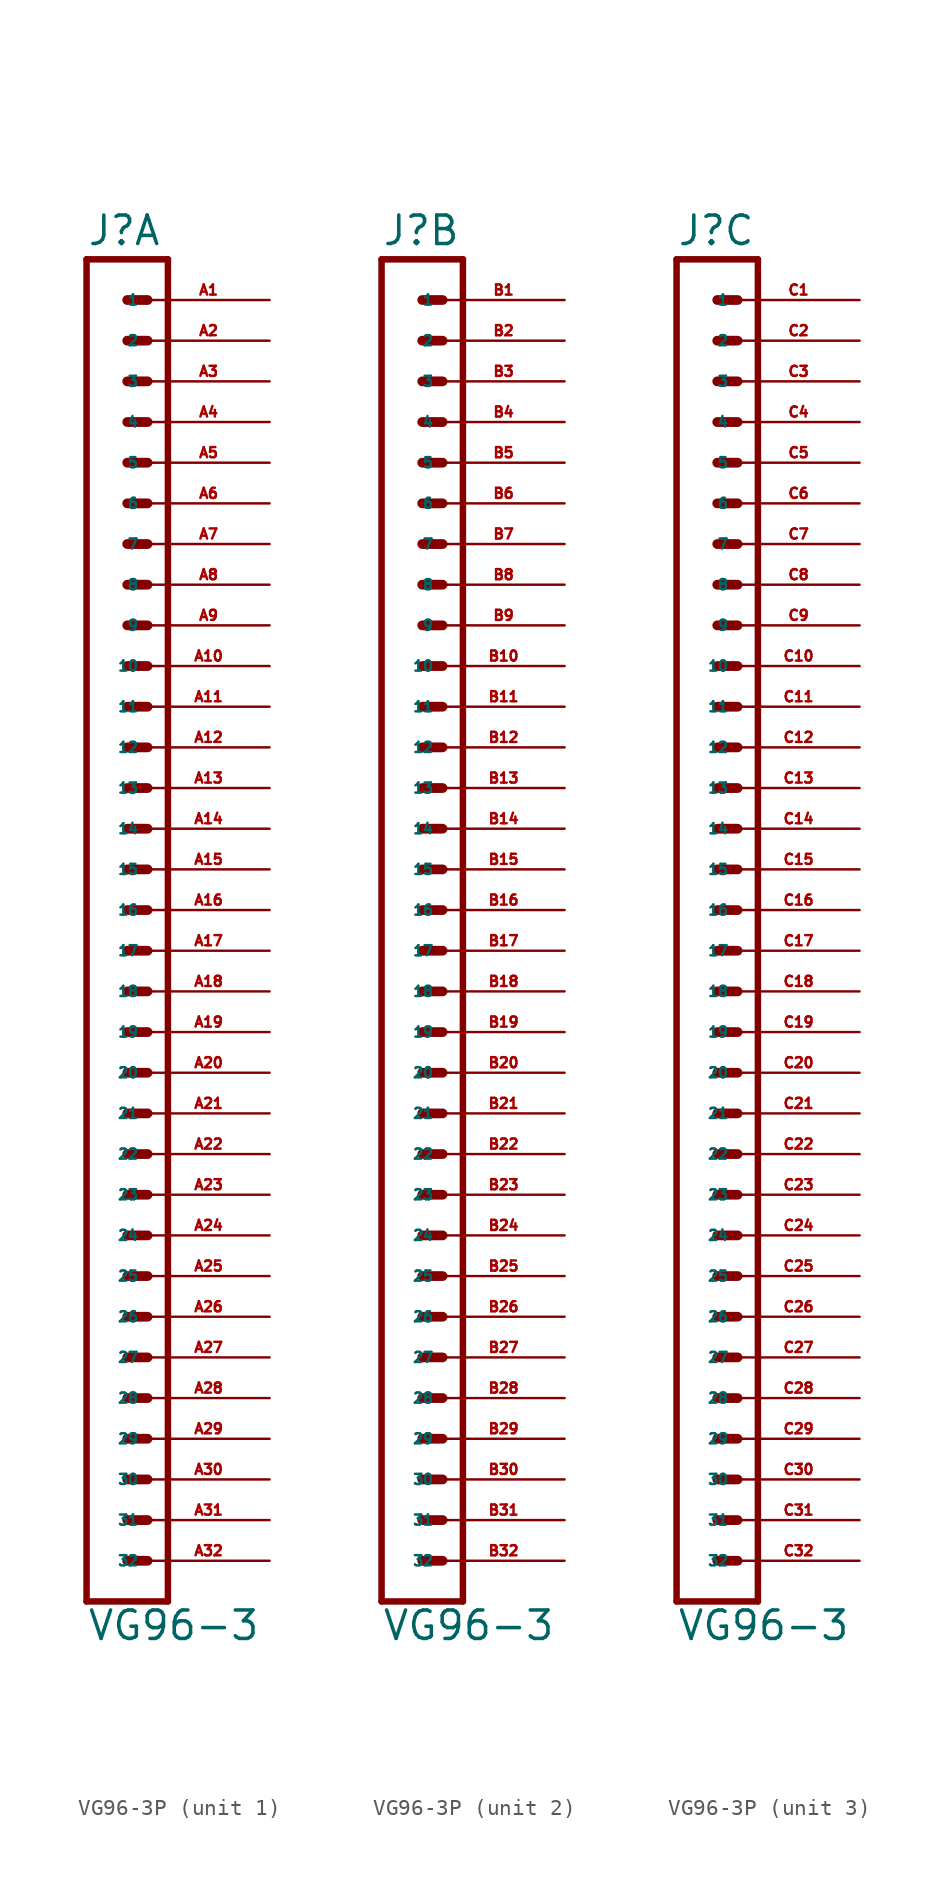
<source format=kicad_sym>
(kicad_symbol_lib
  (version 20220914)
  (generator Eagle2Kicad)
  (symbol "VG96-3P"
    (property "Reference" "J"
      (at -1.27 41.402 0)
      (effects (font (size 1.778 1.778) (thickness 0.22)) (justify left bottom)))
    (property "Value" "VG96-3"
      (at -1.27 -45.72 0)
      (effects (font (size 1.778 1.778) (thickness 0.22)) (justify left bottom)))
    (symbol "VG96-3P_1_0"
      (polyline (pts (xy 3.81 -43.18) (xy -1.27 -43.18)) (stroke (width 0.406) (type default)) (fill (type none)))
      (polyline (pts (xy -1.27 40.64) (xy -1.27 -43.18)) (stroke (width 0.406) (type default)) (fill (type none)))
      (polyline (pts (xy -1.27 40.64) (xy 3.81 40.64)) (stroke (width 0.406) (type default)) (fill (type none)))
      (polyline (pts (xy 3.81 -43.18) (xy 3.81 40.64)) (stroke (width 0.406) (type default)) (fill (type none)))
      (polyline (pts (xy 1.27 -40.64) (xy 2.54 -40.64)) (stroke (width 0.61) (type default)) (fill (type none)))
      (polyline (pts (xy 1.27 -38.1) (xy 2.54 -38.1)) (stroke (width 0.61) (type default)) (fill (type none)))
      (polyline (pts (xy 1.27 -35.56) (xy 2.54 -35.56)) (stroke (width 0.61) (type default)) (fill (type none)))
      (polyline (pts (xy 1.27 -33.02) (xy 2.54 -33.02)) (stroke (width 0.61) (type default)) (fill (type none)))
      (polyline (pts (xy 1.27 -30.48) (xy 2.54 -30.48)) (stroke (width 0.61) (type default)) (fill (type none)))
      (polyline (pts (xy 1.27 -27.94) (xy 2.54 -27.94)) (stroke (width 0.61) (type default)) (fill (type none)))
      (polyline (pts (xy 1.27 -25.4) (xy 2.54 -25.4)) (stroke (width 0.61) (type default)) (fill (type none)))
      (polyline (pts (xy 1.27 -22.86) (xy 2.54 -22.86)) (stroke (width 0.61) (type default)) (fill (type none)))
      (polyline (pts (xy 1.27 -20.32) (xy 2.54 -20.32)) (stroke (width 0.61) (type default)) (fill (type none)))
      (polyline (pts (xy 1.27 -17.78) (xy 2.54 -17.78)) (stroke (width 0.61) (type default)) (fill (type none)))
      (polyline (pts (xy 1.27 -15.24) (xy 2.54 -15.24)) (stroke (width 0.61) (type default)) (fill (type none)))
      (polyline (pts (xy 1.27 -12.7) (xy 2.54 -12.7)) (stroke (width 0.61) (type default)) (fill (type none)))
      (polyline (pts (xy 1.27 -10.16) (xy 2.54 -10.16)) (stroke (width 0.61) (type default)) (fill (type none)))
      (polyline (pts (xy 1.27 -7.62) (xy 2.54 -7.62)) (stroke (width 0.61) (type default)) (fill (type none)))
      (polyline (pts (xy 1.27 -5.08) (xy 2.54 -5.08)) (stroke (width 0.61) (type default)) (fill (type none)))
      (polyline (pts (xy 1.27 -2.54) (xy 2.54 -2.54)) (stroke (width 0.61) (type default)) (fill (type none)))
      (polyline (pts (xy 1.27 0) (xy 2.54 0)) (stroke (width 0.61) (type default)) (fill (type none)))
      (polyline (pts (xy 1.27 2.54) (xy 2.54 2.54)) (stroke (width 0.61) (type default)) (fill (type none)))
      (polyline (pts (xy 1.27 5.08) (xy 2.54 5.08)) (stroke (width 0.61) (type default)) (fill (type none)))
      (polyline (pts (xy 1.27 7.62) (xy 2.54 7.62)) (stroke (width 0.61) (type default)) (fill (type none)))
      (polyline (pts (xy 1.27 10.16) (xy 2.54 10.16)) (stroke (width 0.61) (type default)) (fill (type none)))
      (polyline (pts (xy 1.27 12.7) (xy 2.54 12.7)) (stroke (width 0.61) (type default)) (fill (type none)))
      (polyline (pts (xy 1.27 15.24) (xy 2.54 15.24)) (stroke (width 0.61) (type default)) (fill (type none)))
      (polyline (pts (xy 1.27 17.78) (xy 2.54 17.78)) (stroke (width 0.61) (type default)) (fill (type none)))
      (polyline (pts (xy 1.27 20.32) (xy 2.54 20.32)) (stroke (width 0.61) (type default)) (fill (type none)))
      (polyline (pts (xy 1.27 22.86) (xy 2.54 22.86)) (stroke (width 0.61) (type default)) (fill (type none)))
      (polyline (pts (xy 1.27 25.4) (xy 2.54 25.4)) (stroke (width 0.61) (type default)) (fill (type none)))
      (polyline (pts (xy 1.27 27.94) (xy 2.54 27.94)) (stroke (width 0.61) (type default)) (fill (type none)))
      (polyline (pts (xy 1.27 30.48) (xy 2.54 30.48)) (stroke (width 0.61) (type default)) (fill (type none)))
      (polyline (pts (xy 1.27 33.02) (xy 2.54 33.02)) (stroke (width 0.61) (type default)) (fill (type none)))
      (polyline (pts (xy 1.27 35.56) (xy 2.54 35.56)) (stroke (width 0.61) (type default)) (fill (type none)))
      (polyline (pts (xy 1.27 38.1) (xy 2.54 38.1)) (stroke (width 0.61) (type default)) (fill (type none)))
      (pin passive line (at 10.16 38.1 180) (length 7.62) (name "1" (effects (font (size 0.635 0.635) (thickness 0.08)) (justify left bottom))) (number "A1" (effects (font (size 0.635 0.635) (thickness 0.08)) (justify left bottom))))
      (pin passive line (at 10.16 35.56 180) (length 7.62) (name "2" (effects (font (size 0.635 0.635) (thickness 0.08)) (justify left bottom))) (number "A2" (effects (font (size 0.635 0.635) (thickness 0.08)) (justify left bottom))))
      (pin passive line (at 10.16 33.02 180) (length 7.62) (name "3" (effects (font (size 0.635 0.635) (thickness 0.08)) (justify left bottom))) (number "A3" (effects (font (size 0.635 0.635) (thickness 0.08)) (justify left bottom))))
      (pin passive line (at 10.16 30.48 180) (length 7.62) (name "4" (effects (font (size 0.635 0.635) (thickness 0.08)) (justify left bottom))) (number "A4" (effects (font (size 0.635 0.635) (thickness 0.08)) (justify left bottom))))
      (pin passive line (at 10.16 27.94 180) (length 7.62) (name "5" (effects (font (size 0.635 0.635) (thickness 0.08)) (justify left bottom))) (number "A5" (effects (font (size 0.635 0.635) (thickness 0.08)) (justify left bottom))))
      (pin passive line (at 10.16 25.4 180) (length 7.62) (name "6" (effects (font (size 0.635 0.635) (thickness 0.08)) (justify left bottom))) (number "A6" (effects (font (size 0.635 0.635) (thickness 0.08)) (justify left bottom))))
      (pin passive line (at 10.16 22.86 180) (length 7.62) (name "7" (effects (font (size 0.635 0.635) (thickness 0.08)) (justify left bottom))) (number "A7" (effects (font (size 0.635 0.635) (thickness 0.08)) (justify left bottom))))
      (pin passive line (at 10.16 20.32 180) (length 7.62) (name "8" (effects (font (size 0.635 0.635) (thickness 0.08)) (justify left bottom))) (number "A8" (effects (font (size 0.635 0.635) (thickness 0.08)) (justify left bottom))))
      (pin passive line (at 10.16 17.78 180) (length 7.62) (name "9" (effects (font (size 0.635 0.635) (thickness 0.08)) (justify left bottom))) (number "A9" (effects (font (size 0.635 0.635) (thickness 0.08)) (justify left bottom))))
      (pin passive line (at 10.16 15.24 180) (length 7.62) (name "10" (effects (font (size 0.635 0.635) (thickness 0.08)) (justify left bottom))) (number "A10" (effects (font (size 0.635 0.635) (thickness 0.08)) (justify left bottom))))
      (pin passive line (at 10.16 12.7 180) (length 7.62) (name "11" (effects (font (size 0.635 0.635) (thickness 0.08)) (justify left bottom))) (number "A11" (effects (font (size 0.635 0.635) (thickness 0.08)) (justify left bottom))))
      (pin passive line (at 10.16 10.16 180) (length 7.62) (name "12" (effects (font (size 0.635 0.635) (thickness 0.08)) (justify left bottom))) (number "A12" (effects (font (size 0.635 0.635) (thickness 0.08)) (justify left bottom))))
      (pin passive line (at 10.16 7.62 180) (length 7.62) (name "13" (effects (font (size 0.635 0.635) (thickness 0.08)) (justify left bottom))) (number "A13" (effects (font (size 0.635 0.635) (thickness 0.08)) (justify left bottom))))
      (pin passive line (at 10.16 5.08 180) (length 7.62) (name "14" (effects (font (size 0.635 0.635) (thickness 0.08)) (justify left bottom))) (number "A14" (effects (font (size 0.635 0.635) (thickness 0.08)) (justify left bottom))))
      (pin passive line (at 10.16 2.54 180) (length 7.62) (name "15" (effects (font (size 0.635 0.635) (thickness 0.08)) (justify left bottom))) (number "A15" (effects (font (size 0.635 0.635) (thickness 0.08)) (justify left bottom))))
      (pin passive line (at 10.16 0 180) (length 7.62) (name "16" (effects (font (size 0.635 0.635) (thickness 0.08)) (justify left bottom))) (number "A16" (effects (font (size 0.635 0.635) (thickness 0.08)) (justify left bottom))))
      (pin passive line (at 10.16 -2.54 180) (length 7.62) (name "17" (effects (font (size 0.635 0.635) (thickness 0.08)) (justify left bottom))) (number "A17" (effects (font (size 0.635 0.635) (thickness 0.08)) (justify left bottom))))
      (pin passive line (at 10.16 -5.08 180) (length 7.62) (name "18" (effects (font (size 0.635 0.635) (thickness 0.08)) (justify left bottom))) (number "A18" (effects (font (size 0.635 0.635) (thickness 0.08)) (justify left bottom))))
      (pin passive line (at 10.16 -7.62 180) (length 7.62) (name "19" (effects (font (size 0.635 0.635) (thickness 0.08)) (justify left bottom))) (number "A19" (effects (font (size 0.635 0.635) (thickness 0.08)) (justify left bottom))))
      (pin passive line (at 10.16 -10.16 180) (length 7.62) (name "20" (effects (font (size 0.635 0.635) (thickness 0.08)) (justify left bottom))) (number "A20" (effects (font (size 0.635 0.635) (thickness 0.08)) (justify left bottom))))
      (pin passive line (at 10.16 -12.7 180) (length 7.62) (name "21" (effects (font (size 0.635 0.635) (thickness 0.08)) (justify left bottom))) (number "A21" (effects (font (size 0.635 0.635) (thickness 0.08)) (justify left bottom))))
      (pin passive line (at 10.16 -15.24 180) (length 7.62) (name "22" (effects (font (size 0.635 0.635) (thickness 0.08)) (justify left bottom))) (number "A22" (effects (font (size 0.635 0.635) (thickness 0.08)) (justify left bottom))))
      (pin passive line (at 10.16 -17.78 180) (length 7.62) (name "23" (effects (font (size 0.635 0.635) (thickness 0.08)) (justify left bottom))) (number "A23" (effects (font (size 0.635 0.635) (thickness 0.08)) (justify left bottom))))
      (pin passive line (at 10.16 -20.32 180) (length 7.62) (name "24" (effects (font (size 0.635 0.635) (thickness 0.08)) (justify left bottom))) (number "A24" (effects (font (size 0.635 0.635) (thickness 0.08)) (justify left bottom))))
      (pin passive line (at 10.16 -22.86 180) (length 7.62) (name "25" (effects (font (size 0.635 0.635) (thickness 0.08)) (justify left bottom))) (number "A25" (effects (font (size 0.635 0.635) (thickness 0.08)) (justify left bottom))))
      (pin passive line (at 10.16 -25.4 180) (length 7.62) (name "26" (effects (font (size 0.635 0.635) (thickness 0.08)) (justify left bottom))) (number "A26" (effects (font (size 0.635 0.635) (thickness 0.08)) (justify left bottom))))
      (pin passive line (at 10.16 -27.94 180) (length 7.62) (name "27" (effects (font (size 0.635 0.635) (thickness 0.08)) (justify left bottom))) (number "A27" (effects (font (size 0.635 0.635) (thickness 0.08)) (justify left bottom))))
      (pin passive line (at 10.16 -30.48 180) (length 7.62) (name "28" (effects (font (size 0.635 0.635) (thickness 0.08)) (justify left bottom))) (number "A28" (effects (font (size 0.635 0.635) (thickness 0.08)) (justify left bottom))))
      (pin passive line (at 10.16 -33.02 180) (length 7.62) (name "29" (effects (font (size 0.635 0.635) (thickness 0.08)) (justify left bottom))) (number "A29" (effects (font (size 0.635 0.635) (thickness 0.08)) (justify left bottom))))
      (pin passive line (at 10.16 -35.56 180) (length 7.62) (name "30" (effects (font (size 0.635 0.635) (thickness 0.08)) (justify left bottom))) (number "A30" (effects (font (size 0.635 0.635) (thickness 0.08)) (justify left bottom))))
      (pin passive line (at 10.16 -38.1 180) (length 7.62) (name "31" (effects (font (size 0.635 0.635) (thickness 0.08)) (justify left bottom))) (number "A31" (effects (font (size 0.635 0.635) (thickness 0.08)) (justify left bottom))))
      (pin passive line (at 10.16 -40.64 180) (length 7.62) (name "32" (effects (font (size 0.635 0.635) (thickness 0.08)) (justify left bottom))) (number "A32" (effects (font (size 0.635 0.635) (thickness 0.08)) (justify left bottom)))))
    (symbol "VG96-3P_2_0"
      (polyline (pts (xy 3.81 -43.18) (xy -1.27 -43.18)) (stroke (width 0.406) (type default)) (fill (type none)))
      (polyline (pts (xy -1.27 40.64) (xy -1.27 -43.18)) (stroke (width 0.406) (type default)) (fill (type none)))
      (polyline (pts (xy -1.27 40.64) (xy 3.81 40.64)) (stroke (width 0.406) (type default)) (fill (type none)))
      (polyline (pts (xy 3.81 -43.18) (xy 3.81 40.64)) (stroke (width 0.406) (type default)) (fill (type none)))
      (polyline (pts (xy 1.27 -40.64) (xy 2.54 -40.64)) (stroke (width 0.61) (type default)) (fill (type none)))
      (polyline (pts (xy 1.27 -38.1) (xy 2.54 -38.1)) (stroke (width 0.61) (type default)) (fill (type none)))
      (polyline (pts (xy 1.27 -35.56) (xy 2.54 -35.56)) (stroke (width 0.61) (type default)) (fill (type none)))
      (polyline (pts (xy 1.27 -33.02) (xy 2.54 -33.02)) (stroke (width 0.61) (type default)) (fill (type none)))
      (polyline (pts (xy 1.27 -30.48) (xy 2.54 -30.48)) (stroke (width 0.61) (type default)) (fill (type none)))
      (polyline (pts (xy 1.27 -27.94) (xy 2.54 -27.94)) (stroke (width 0.61) (type default)) (fill (type none)))
      (polyline (pts (xy 1.27 -25.4) (xy 2.54 -25.4)) (stroke (width 0.61) (type default)) (fill (type none)))
      (polyline (pts (xy 1.27 -22.86) (xy 2.54 -22.86)) (stroke (width 0.61) (type default)) (fill (type none)))
      (polyline (pts (xy 1.27 -20.32) (xy 2.54 -20.32)) (stroke (width 0.61) (type default)) (fill (type none)))
      (polyline (pts (xy 1.27 -17.78) (xy 2.54 -17.78)) (stroke (width 0.61) (type default)) (fill (type none)))
      (polyline (pts (xy 1.27 -15.24) (xy 2.54 -15.24)) (stroke (width 0.61) (type default)) (fill (type none)))
      (polyline (pts (xy 1.27 -12.7) (xy 2.54 -12.7)) (stroke (width 0.61) (type default)) (fill (type none)))
      (polyline (pts (xy 1.27 -10.16) (xy 2.54 -10.16)) (stroke (width 0.61) (type default)) (fill (type none)))
      (polyline (pts (xy 1.27 -7.62) (xy 2.54 -7.62)) (stroke (width 0.61) (type default)) (fill (type none)))
      (polyline (pts (xy 1.27 -5.08) (xy 2.54 -5.08)) (stroke (width 0.61) (type default)) (fill (type none)))
      (polyline (pts (xy 1.27 -2.54) (xy 2.54 -2.54)) (stroke (width 0.61) (type default)) (fill (type none)))
      (polyline (pts (xy 1.27 0) (xy 2.54 0)) (stroke (width 0.61) (type default)) (fill (type none)))
      (polyline (pts (xy 1.27 2.54) (xy 2.54 2.54)) (stroke (width 0.61) (type default)) (fill (type none)))
      (polyline (pts (xy 1.27 5.08) (xy 2.54 5.08)) (stroke (width 0.61) (type default)) (fill (type none)))
      (polyline (pts (xy 1.27 7.62) (xy 2.54 7.62)) (stroke (width 0.61) (type default)) (fill (type none)))
      (polyline (pts (xy 1.27 10.16) (xy 2.54 10.16)) (stroke (width 0.61) (type default)) (fill (type none)))
      (polyline (pts (xy 1.27 12.7) (xy 2.54 12.7)) (stroke (width 0.61) (type default)) (fill (type none)))
      (polyline (pts (xy 1.27 15.24) (xy 2.54 15.24)) (stroke (width 0.61) (type default)) (fill (type none)))
      (polyline (pts (xy 1.27 17.78) (xy 2.54 17.78)) (stroke (width 0.61) (type default)) (fill (type none)))
      (polyline (pts (xy 1.27 20.32) (xy 2.54 20.32)) (stroke (width 0.61) (type default)) (fill (type none)))
      (polyline (pts (xy 1.27 22.86) (xy 2.54 22.86)) (stroke (width 0.61) (type default)) (fill (type none)))
      (polyline (pts (xy 1.27 25.4) (xy 2.54 25.4)) (stroke (width 0.61) (type default)) (fill (type none)))
      (polyline (pts (xy 1.27 27.94) (xy 2.54 27.94)) (stroke (width 0.61) (type default)) (fill (type none)))
      (polyline (pts (xy 1.27 30.48) (xy 2.54 30.48)) (stroke (width 0.61) (type default)) (fill (type none)))
      (polyline (pts (xy 1.27 33.02) (xy 2.54 33.02)) (stroke (width 0.61) (type default)) (fill (type none)))
      (polyline (pts (xy 1.27 35.56) (xy 2.54 35.56)) (stroke (width 0.61) (type default)) (fill (type none)))
      (polyline (pts (xy 1.27 38.1) (xy 2.54 38.1)) (stroke (width 0.61) (type default)) (fill (type none)))
      (pin passive line (at 10.16 38.1 180) (length 7.62) (name "1" (effects (font (size 0.635 0.635) (thickness 0.08)) (justify left bottom))) (number "B1" (effects (font (size 0.635 0.635) (thickness 0.08)) (justify left bottom))))
      (pin passive line (at 10.16 35.56 180) (length 7.62) (name "2" (effects (font (size 0.635 0.635) (thickness 0.08)) (justify left bottom))) (number "B2" (effects (font (size 0.635 0.635) (thickness 0.08)) (justify left bottom))))
      (pin passive line (at 10.16 33.02 180) (length 7.62) (name "3" (effects (font (size 0.635 0.635) (thickness 0.08)) (justify left bottom))) (number "B3" (effects (font (size 0.635 0.635) (thickness 0.08)) (justify left bottom))))
      (pin passive line (at 10.16 30.48 180) (length 7.62) (name "4" (effects (font (size 0.635 0.635) (thickness 0.08)) (justify left bottom))) (number "B4" (effects (font (size 0.635 0.635) (thickness 0.08)) (justify left bottom))))
      (pin passive line (at 10.16 27.94 180) (length 7.62) (name "5" (effects (font (size 0.635 0.635) (thickness 0.08)) (justify left bottom))) (number "B5" (effects (font (size 0.635 0.635) (thickness 0.08)) (justify left bottom))))
      (pin passive line (at 10.16 25.4 180) (length 7.62) (name "6" (effects (font (size 0.635 0.635) (thickness 0.08)) (justify left bottom))) (number "B6" (effects (font (size 0.635 0.635) (thickness 0.08)) (justify left bottom))))
      (pin passive line (at 10.16 22.86 180) (length 7.62) (name "7" (effects (font (size 0.635 0.635) (thickness 0.08)) (justify left bottom))) (number "B7" (effects (font (size 0.635 0.635) (thickness 0.08)) (justify left bottom))))
      (pin passive line (at 10.16 20.32 180) (length 7.62) (name "8" (effects (font (size 0.635 0.635) (thickness 0.08)) (justify left bottom))) (number "B8" (effects (font (size 0.635 0.635) (thickness 0.08)) (justify left bottom))))
      (pin passive line (at 10.16 17.78 180) (length 7.62) (name "9" (effects (font (size 0.635 0.635) (thickness 0.08)) (justify left bottom))) (number "B9" (effects (font (size 0.635 0.635) (thickness 0.08)) (justify left bottom))))
      (pin passive line (at 10.16 15.24 180) (length 7.62) (name "10" (effects (font (size 0.635 0.635) (thickness 0.08)) (justify left bottom))) (number "B10" (effects (font (size 0.635 0.635) (thickness 0.08)) (justify left bottom))))
      (pin passive line (at 10.16 12.7 180) (length 7.62) (name "11" (effects (font (size 0.635 0.635) (thickness 0.08)) (justify left bottom))) (number "B11" (effects (font (size 0.635 0.635) (thickness 0.08)) (justify left bottom))))
      (pin passive line (at 10.16 10.16 180) (length 7.62) (name "12" (effects (font (size 0.635 0.635) (thickness 0.08)) (justify left bottom))) (number "B12" (effects (font (size 0.635 0.635) (thickness 0.08)) (justify left bottom))))
      (pin passive line (at 10.16 7.62 180) (length 7.62) (name "13" (effects (font (size 0.635 0.635) (thickness 0.08)) (justify left bottom))) (number "B13" (effects (font (size 0.635 0.635) (thickness 0.08)) (justify left bottom))))
      (pin passive line (at 10.16 5.08 180) (length 7.62) (name "14" (effects (font (size 0.635 0.635) (thickness 0.08)) (justify left bottom))) (number "B14" (effects (font (size 0.635 0.635) (thickness 0.08)) (justify left bottom))))
      (pin passive line (at 10.16 2.54 180) (length 7.62) (name "15" (effects (font (size 0.635 0.635) (thickness 0.08)) (justify left bottom))) (number "B15" (effects (font (size 0.635 0.635) (thickness 0.08)) (justify left bottom))))
      (pin passive line (at 10.16 0 180) (length 7.62) (name "16" (effects (font (size 0.635 0.635) (thickness 0.08)) (justify left bottom))) (number "B16" (effects (font (size 0.635 0.635) (thickness 0.08)) (justify left bottom))))
      (pin passive line (at 10.16 -2.54 180) (length 7.62) (name "17" (effects (font (size 0.635 0.635) (thickness 0.08)) (justify left bottom))) (number "B17" (effects (font (size 0.635 0.635) (thickness 0.08)) (justify left bottom))))
      (pin passive line (at 10.16 -5.08 180) (length 7.62) (name "18" (effects (font (size 0.635 0.635) (thickness 0.08)) (justify left bottom))) (number "B18" (effects (font (size 0.635 0.635) (thickness 0.08)) (justify left bottom))))
      (pin passive line (at 10.16 -7.62 180) (length 7.62) (name "19" (effects (font (size 0.635 0.635) (thickness 0.08)) (justify left bottom))) (number "B19" (effects (font (size 0.635 0.635) (thickness 0.08)) (justify left bottom))))
      (pin passive line (at 10.16 -10.16 180) (length 7.62) (name "20" (effects (font (size 0.635 0.635) (thickness 0.08)) (justify left bottom))) (number "B20" (effects (font (size 0.635 0.635) (thickness 0.08)) (justify left bottom))))
      (pin passive line (at 10.16 -12.7 180) (length 7.62) (name "21" (effects (font (size 0.635 0.635) (thickness 0.08)) (justify left bottom))) (number "B21" (effects (font (size 0.635 0.635) (thickness 0.08)) (justify left bottom))))
      (pin passive line (at 10.16 -15.24 180) (length 7.62) (name "22" (effects (font (size 0.635 0.635) (thickness 0.08)) (justify left bottom))) (number "B22" (effects (font (size 0.635 0.635) (thickness 0.08)) (justify left bottom))))
      (pin passive line (at 10.16 -17.78 180) (length 7.62) (name "23" (effects (font (size 0.635 0.635) (thickness 0.08)) (justify left bottom))) (number "B23" (effects (font (size 0.635 0.635) (thickness 0.08)) (justify left bottom))))
      (pin passive line (at 10.16 -20.32 180) (length 7.62) (name "24" (effects (font (size 0.635 0.635) (thickness 0.08)) (justify left bottom))) (number "B24" (effects (font (size 0.635 0.635) (thickness 0.08)) (justify left bottom))))
      (pin passive line (at 10.16 -22.86 180) (length 7.62) (name "25" (effects (font (size 0.635 0.635) (thickness 0.08)) (justify left bottom))) (number "B25" (effects (font (size 0.635 0.635) (thickness 0.08)) (justify left bottom))))
      (pin passive line (at 10.16 -25.4 180) (length 7.62) (name "26" (effects (font (size 0.635 0.635) (thickness 0.08)) (justify left bottom))) (number "B26" (effects (font (size 0.635 0.635) (thickness 0.08)) (justify left bottom))))
      (pin passive line (at 10.16 -27.94 180) (length 7.62) (name "27" (effects (font (size 0.635 0.635) (thickness 0.08)) (justify left bottom))) (number "B27" (effects (font (size 0.635 0.635) (thickness 0.08)) (justify left bottom))))
      (pin passive line (at 10.16 -30.48 180) (length 7.62) (name "28" (effects (font (size 0.635 0.635) (thickness 0.08)) (justify left bottom))) (number "B28" (effects (font (size 0.635 0.635) (thickness 0.08)) (justify left bottom))))
      (pin passive line (at 10.16 -33.02 180) (length 7.62) (name "29" (effects (font (size 0.635 0.635) (thickness 0.08)) (justify left bottom))) (number "B29" (effects (font (size 0.635 0.635) (thickness 0.08)) (justify left bottom))))
      (pin passive line (at 10.16 -35.56 180) (length 7.62) (name "30" (effects (font (size 0.635 0.635) (thickness 0.08)) (justify left bottom))) (number "B30" (effects (font (size 0.635 0.635) (thickness 0.08)) (justify left bottom))))
      (pin passive line (at 10.16 -38.1 180) (length 7.62) (name "31" (effects (font (size 0.635 0.635) (thickness 0.08)) (justify left bottom))) (number "B31" (effects (font (size 0.635 0.635) (thickness 0.08)) (justify left bottom))))
      (pin passive line (at 10.16 -40.64 180) (length 7.62) (name "32" (effects (font (size 0.635 0.635) (thickness 0.08)) (justify left bottom))) (number "B32" (effects (font (size 0.635 0.635) (thickness 0.08)) (justify left bottom)))))
    (symbol "VG96-3P_3_0"
      (polyline (pts (xy 3.81 -43.18) (xy -1.27 -43.18)) (stroke (width 0.406) (type default)) (fill (type none)))
      (polyline (pts (xy -1.27 40.64) (xy -1.27 -43.18)) (stroke (width 0.406) (type default)) (fill (type none)))
      (polyline (pts (xy -1.27 40.64) (xy 3.81 40.64)) (stroke (width 0.406) (type default)) (fill (type none)))
      (polyline (pts (xy 3.81 -43.18) (xy 3.81 40.64)) (stroke (width 0.406) (type default)) (fill (type none)))
      (polyline (pts (xy 1.27 -40.64) (xy 2.54 -40.64)) (stroke (width 0.61) (type default)) (fill (type none)))
      (polyline (pts (xy 1.27 -38.1) (xy 2.54 -38.1)) (stroke (width 0.61) (type default)) (fill (type none)))
      (polyline (pts (xy 1.27 -35.56) (xy 2.54 -35.56)) (stroke (width 0.61) (type default)) (fill (type none)))
      (polyline (pts (xy 1.27 -33.02) (xy 2.54 -33.02)) (stroke (width 0.61) (type default)) (fill (type none)))
      (polyline (pts (xy 1.27 -30.48) (xy 2.54 -30.48)) (stroke (width 0.61) (type default)) (fill (type none)))
      (polyline (pts (xy 1.27 -27.94) (xy 2.54 -27.94)) (stroke (width 0.61) (type default)) (fill (type none)))
      (polyline (pts (xy 1.27 -25.4) (xy 2.54 -25.4)) (stroke (width 0.61) (type default)) (fill (type none)))
      (polyline (pts (xy 1.27 -22.86) (xy 2.54 -22.86)) (stroke (width 0.61) (type default)) (fill (type none)))
      (polyline (pts (xy 1.27 -20.32) (xy 2.54 -20.32)) (stroke (width 0.61) (type default)) (fill (type none)))
      (polyline (pts (xy 1.27 -17.78) (xy 2.54 -17.78)) (stroke (width 0.61) (type default)) (fill (type none)))
      (polyline (pts (xy 1.27 -15.24) (xy 2.54 -15.24)) (stroke (width 0.61) (type default)) (fill (type none)))
      (polyline (pts (xy 1.27 -12.7) (xy 2.54 -12.7)) (stroke (width 0.61) (type default)) (fill (type none)))
      (polyline (pts (xy 1.27 -10.16) (xy 2.54 -10.16)) (stroke (width 0.61) (type default)) (fill (type none)))
      (polyline (pts (xy 1.27 -7.62) (xy 2.54 -7.62)) (stroke (width 0.61) (type default)) (fill (type none)))
      (polyline (pts (xy 1.27 -5.08) (xy 2.54 -5.08)) (stroke (width 0.61) (type default)) (fill (type none)))
      (polyline (pts (xy 1.27 -2.54) (xy 2.54 -2.54)) (stroke (width 0.61) (type default)) (fill (type none)))
      (polyline (pts (xy 1.27 0) (xy 2.54 0)) (stroke (width 0.61) (type default)) (fill (type none)))
      (polyline (pts (xy 1.27 2.54) (xy 2.54 2.54)) (stroke (width 0.61) (type default)) (fill (type none)))
      (polyline (pts (xy 1.27 5.08) (xy 2.54 5.08)) (stroke (width 0.61) (type default)) (fill (type none)))
      (polyline (pts (xy 1.27 7.62) (xy 2.54 7.62)) (stroke (width 0.61) (type default)) (fill (type none)))
      (polyline (pts (xy 1.27 10.16) (xy 2.54 10.16)) (stroke (width 0.61) (type default)) (fill (type none)))
      (polyline (pts (xy 1.27 12.7) (xy 2.54 12.7)) (stroke (width 0.61) (type default)) (fill (type none)))
      (polyline (pts (xy 1.27 15.24) (xy 2.54 15.24)) (stroke (width 0.61) (type default)) (fill (type none)))
      (polyline (pts (xy 1.27 17.78) (xy 2.54 17.78)) (stroke (width 0.61) (type default)) (fill (type none)))
      (polyline (pts (xy 1.27 20.32) (xy 2.54 20.32)) (stroke (width 0.61) (type default)) (fill (type none)))
      (polyline (pts (xy 1.27 22.86) (xy 2.54 22.86)) (stroke (width 0.61) (type default)) (fill (type none)))
      (polyline (pts (xy 1.27 25.4) (xy 2.54 25.4)) (stroke (width 0.61) (type default)) (fill (type none)))
      (polyline (pts (xy 1.27 27.94) (xy 2.54 27.94)) (stroke (width 0.61) (type default)) (fill (type none)))
      (polyline (pts (xy 1.27 30.48) (xy 2.54 30.48)) (stroke (width 0.61) (type default)) (fill (type none)))
      (polyline (pts (xy 1.27 33.02) (xy 2.54 33.02)) (stroke (width 0.61) (type default)) (fill (type none)))
      (polyline (pts (xy 1.27 35.56) (xy 2.54 35.56)) (stroke (width 0.61) (type default)) (fill (type none)))
      (polyline (pts (xy 1.27 38.1) (xy 2.54 38.1)) (stroke (width 0.61) (type default)) (fill (type none)))
      (pin passive line (at 10.16 38.1 180) (length 7.62) (name "1" (effects (font (size 0.635 0.635) (thickness 0.08)) (justify left bottom))) (number "C1" (effects (font (size 0.635 0.635) (thickness 0.08)) (justify left bottom))))
      (pin passive line (at 10.16 35.56 180) (length 7.62) (name "2" (effects (font (size 0.635 0.635) (thickness 0.08)) (justify left bottom))) (number "C2" (effects (font (size 0.635 0.635) (thickness 0.08)) (justify left bottom))))
      (pin passive line (at 10.16 33.02 180) (length 7.62) (name "3" (effects (font (size 0.635 0.635) (thickness 0.08)) (justify left bottom))) (number "C3" (effects (font (size 0.635 0.635) (thickness 0.08)) (justify left bottom))))
      (pin passive line (at 10.16 30.48 180) (length 7.62) (name "4" (effects (font (size 0.635 0.635) (thickness 0.08)) (justify left bottom))) (number "C4" (effects (font (size 0.635 0.635) (thickness 0.08)) (justify left bottom))))
      (pin passive line (at 10.16 27.94 180) (length 7.62) (name "5" (effects (font (size 0.635 0.635) (thickness 0.08)) (justify left bottom))) (number "C5" (effects (font (size 0.635 0.635) (thickness 0.08)) (justify left bottom))))
      (pin passive line (at 10.16 25.4 180) (length 7.62) (name "6" (effects (font (size 0.635 0.635) (thickness 0.08)) (justify left bottom))) (number "C6" (effects (font (size 0.635 0.635) (thickness 0.08)) (justify left bottom))))
      (pin passive line (at 10.16 22.86 180) (length 7.62) (name "7" (effects (font (size 0.635 0.635) (thickness 0.08)) (justify left bottom))) (number "C7" (effects (font (size 0.635 0.635) (thickness 0.08)) (justify left bottom))))
      (pin passive line (at 10.16 20.32 180) (length 7.62) (name "8" (effects (font (size 0.635 0.635) (thickness 0.08)) (justify left bottom))) (number "C8" (effects (font (size 0.635 0.635) (thickness 0.08)) (justify left bottom))))
      (pin passive line (at 10.16 17.78 180) (length 7.62) (name "9" (effects (font (size 0.635 0.635) (thickness 0.08)) (justify left bottom))) (number "C9" (effects (font (size 0.635 0.635) (thickness 0.08)) (justify left bottom))))
      (pin passive line (at 10.16 15.24 180) (length 7.62) (name "10" (effects (font (size 0.635 0.635) (thickness 0.08)) (justify left bottom))) (number "C10" (effects (font (size 0.635 0.635) (thickness 0.08)) (justify left bottom))))
      (pin passive line (at 10.16 12.7 180) (length 7.62) (name "11" (effects (font (size 0.635 0.635) (thickness 0.08)) (justify left bottom))) (number "C11" (effects (font (size 0.635 0.635) (thickness 0.08)) (justify left bottom))))
      (pin passive line (at 10.16 10.16 180) (length 7.62) (name "12" (effects (font (size 0.635 0.635) (thickness 0.08)) (justify left bottom))) (number "C12" (effects (font (size 0.635 0.635) (thickness 0.08)) (justify left bottom))))
      (pin passive line (at 10.16 7.62 180) (length 7.62) (name "13" (effects (font (size 0.635 0.635) (thickness 0.08)) (justify left bottom))) (number "C13" (effects (font (size 0.635 0.635) (thickness 0.08)) (justify left bottom))))
      (pin passive line (at 10.16 5.08 180) (length 7.62) (name "14" (effects (font (size 0.635 0.635) (thickness 0.08)) (justify left bottom))) (number "C14" (effects (font (size 0.635 0.635) (thickness 0.08)) (justify left bottom))))
      (pin passive line (at 10.16 2.54 180) (length 7.62) (name "15" (effects (font (size 0.635 0.635) (thickness 0.08)) (justify left bottom))) (number "C15" (effects (font (size 0.635 0.635) (thickness 0.08)) (justify left bottom))))
      (pin passive line (at 10.16 0 180) (length 7.62) (name "16" (effects (font (size 0.635 0.635) (thickness 0.08)) (justify left bottom))) (number "C16" (effects (font (size 0.635 0.635) (thickness 0.08)) (justify left bottom))))
      (pin passive line (at 10.16 -2.54 180) (length 7.62) (name "17" (effects (font (size 0.635 0.635) (thickness 0.08)) (justify left bottom))) (number "C17" (effects (font (size 0.635 0.635) (thickness 0.08)) (justify left bottom))))
      (pin passive line (at 10.16 -5.08 180) (length 7.62) (name "18" (effects (font (size 0.635 0.635) (thickness 0.08)) (justify left bottom))) (number "C18" (effects (font (size 0.635 0.635) (thickness 0.08)) (justify left bottom))))
      (pin passive line (at 10.16 -7.62 180) (length 7.62) (name "19" (effects (font (size 0.635 0.635) (thickness 0.08)) (justify left bottom))) (number "C19" (effects (font (size 0.635 0.635) (thickness 0.08)) (justify left bottom))))
      (pin passive line (at 10.16 -10.16 180) (length 7.62) (name "20" (effects (font (size 0.635 0.635) (thickness 0.08)) (justify left bottom))) (number "C20" (effects (font (size 0.635 0.635) (thickness 0.08)) (justify left bottom))))
      (pin passive line (at 10.16 -12.7 180) (length 7.62) (name "21" (effects (font (size 0.635 0.635) (thickness 0.08)) (justify left bottom))) (number "C21" (effects (font (size 0.635 0.635) (thickness 0.08)) (justify left bottom))))
      (pin passive line (at 10.16 -15.24 180) (length 7.62) (name "22" (effects (font (size 0.635 0.635) (thickness 0.08)) (justify left bottom))) (number "C22" (effects (font (size 0.635 0.635) (thickness 0.08)) (justify left bottom))))
      (pin passive line (at 10.16 -17.78 180) (length 7.62) (name "23" (effects (font (size 0.635 0.635) (thickness 0.08)) (justify left bottom))) (number "C23" (effects (font (size 0.635 0.635) (thickness 0.08)) (justify left bottom))))
      (pin passive line (at 10.16 -20.32 180) (length 7.62) (name "24" (effects (font (size 0.635 0.635) (thickness 0.08)) (justify left bottom))) (number "C24" (effects (font (size 0.635 0.635) (thickness 0.08)) (justify left bottom))))
      (pin passive line (at 10.16 -22.86 180) (length 7.62) (name "25" (effects (font (size 0.635 0.635) (thickness 0.08)) (justify left bottom))) (number "C25" (effects (font (size 0.635 0.635) (thickness 0.08)) (justify left bottom))))
      (pin passive line (at 10.16 -25.4 180) (length 7.62) (name "26" (effects (font (size 0.635 0.635) (thickness 0.08)) (justify left bottom))) (number "C26" (effects (font (size 0.635 0.635) (thickness 0.08)) (justify left bottom))))
      (pin passive line (at 10.16 -27.94 180) (length 7.62) (name "27" (effects (font (size 0.635 0.635) (thickness 0.08)) (justify left bottom))) (number "C27" (effects (font (size 0.635 0.635) (thickness 0.08)) (justify left bottom))))
      (pin passive line (at 10.16 -30.48 180) (length 7.62) (name "28" (effects (font (size 0.635 0.635) (thickness 0.08)) (justify left bottom))) (number "C28" (effects (font (size 0.635 0.635) (thickness 0.08)) (justify left bottom))))
      (pin passive line (at 10.16 -33.02 180) (length 7.62) (name "29" (effects (font (size 0.635 0.635) (thickness 0.08)) (justify left bottom))) (number "C29" (effects (font (size 0.635 0.635) (thickness 0.08)) (justify left bottom))))
      (pin passive line (at 10.16 -35.56 180) (length 7.62) (name "30" (effects (font (size 0.635 0.635) (thickness 0.08)) (justify left bottom))) (number "C30" (effects (font (size 0.635 0.635) (thickness 0.08)) (justify left bottom))))
      (pin passive line (at 10.16 -38.1 180) (length 7.62) (name "31" (effects (font (size 0.635 0.635) (thickness 0.08)) (justify left bottom))) (number "C31" (effects (font (size 0.635 0.635) (thickness 0.08)) (justify left bottom))))
      (pin passive line (at 10.16 -40.64 180) (length 7.62) (name "32" (effects (font (size 0.635 0.635) (thickness 0.08)) (justify left bottom))) (number "C32" (effects (font (size 0.635 0.635) (thickness 0.08)) (justify left bottom)))))))
</source>
